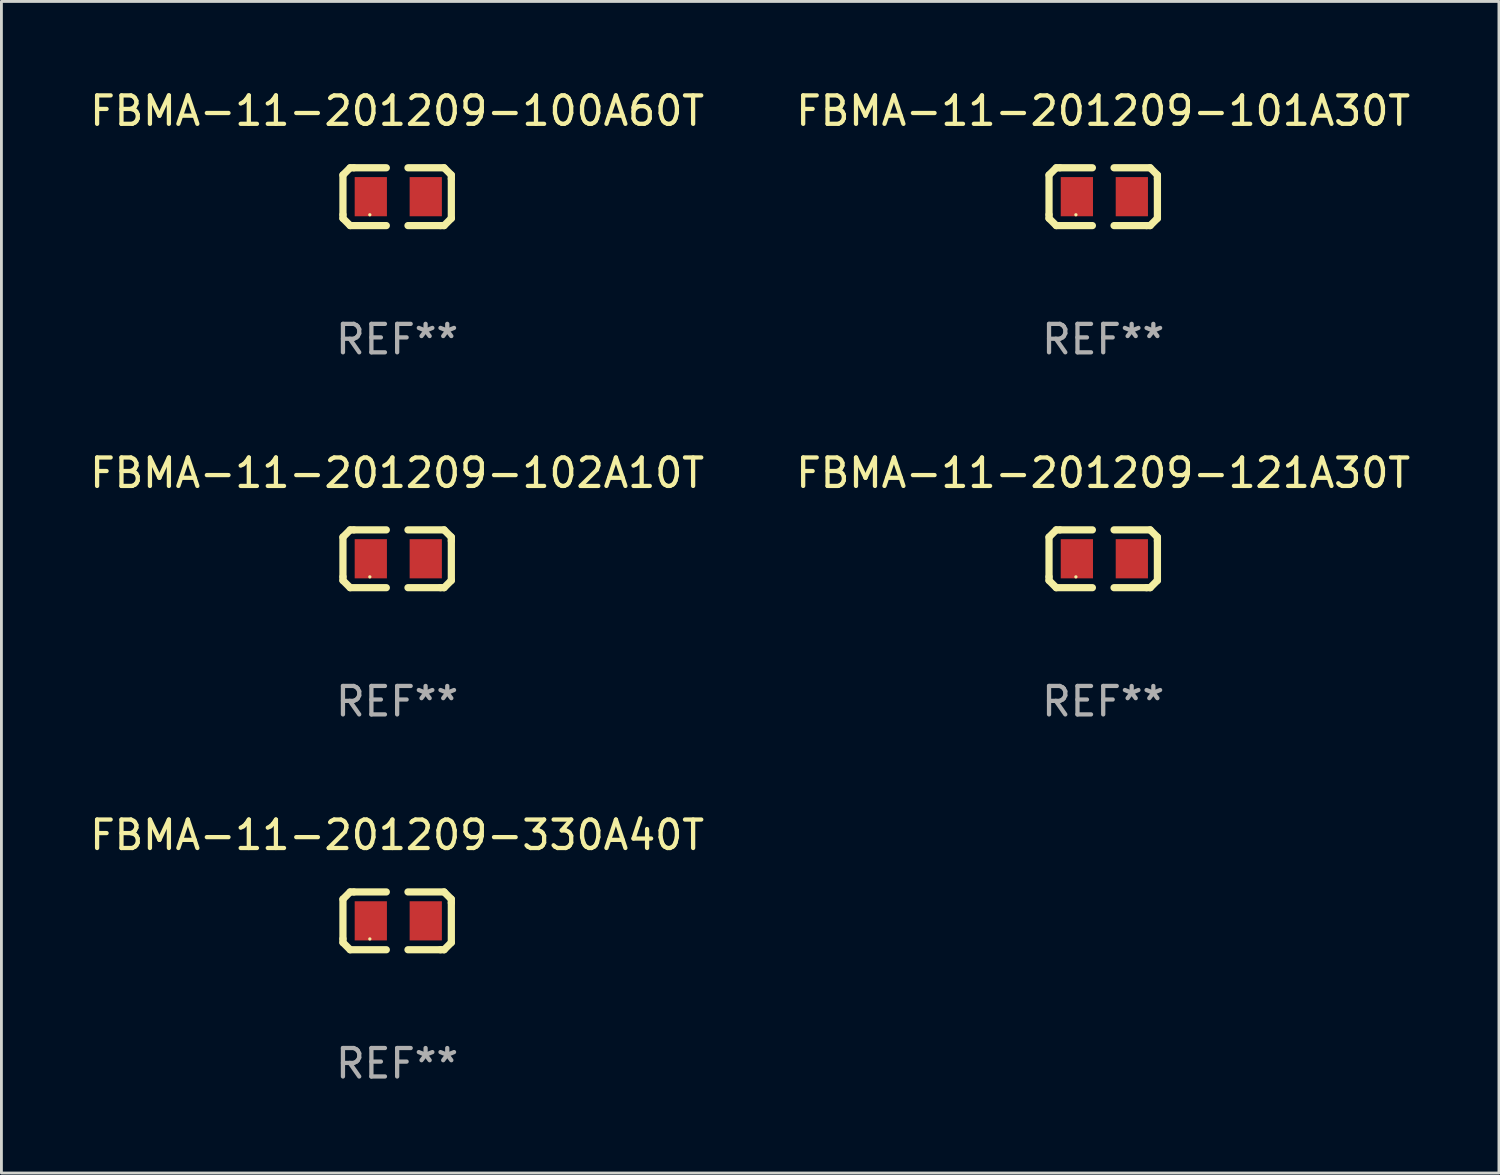
<source format=kicad_pcb>
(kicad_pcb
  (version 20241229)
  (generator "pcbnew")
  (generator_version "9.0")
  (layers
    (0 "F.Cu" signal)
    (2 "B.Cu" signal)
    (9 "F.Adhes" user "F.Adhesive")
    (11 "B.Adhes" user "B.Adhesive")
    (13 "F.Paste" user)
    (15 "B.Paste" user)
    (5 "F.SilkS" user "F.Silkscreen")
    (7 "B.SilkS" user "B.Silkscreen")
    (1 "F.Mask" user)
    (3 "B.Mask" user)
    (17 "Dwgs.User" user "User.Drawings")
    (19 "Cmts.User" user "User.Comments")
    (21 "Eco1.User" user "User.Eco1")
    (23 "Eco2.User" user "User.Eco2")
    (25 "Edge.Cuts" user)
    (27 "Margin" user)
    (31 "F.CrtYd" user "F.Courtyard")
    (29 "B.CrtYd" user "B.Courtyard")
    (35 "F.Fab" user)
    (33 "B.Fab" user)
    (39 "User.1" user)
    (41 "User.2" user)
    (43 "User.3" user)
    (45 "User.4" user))
  (footprint "FBMA-11-201209-102A10T"
    (layer "F.Cu")
    (at 10.911 16.593)
    (property "Reference" "FBMA-11-201209-102A10T" (at 0 -3.016 0) (layer "F.SilkS") (effects (font (size 1 1) (thickness 0.15))))
    (attr through_hole)
    (fp_line (start -1.905 -0.762) (end -1.905 0.635) (stroke (width 0.254) (type solid)) (layer "F.SilkS"))
    (fp_line (start -1.905 0.635) (end -1.905 0.762) (stroke (width 0.254) (type solid)) (layer "F.SilkS"))
    (fp_line (start -1.905 0.762) (end -1.651 1.016) (stroke (width 0.254) (type solid)) (layer "F.SilkS"))
    (fp_line (start -1.651 -1.016) (end -1.905 -0.762) (stroke (width 0.254) (type solid)) (layer "F.SilkS"))
    (fp_line (start -1.651 1.016) (end -0.381 1.016) (stroke (width 0.254) (type solid)) (layer "F.SilkS"))
    (fp_line (start -1.524 -1.016) (end -1.651 -1.016) (stroke (width 0.254) (type solid)) (layer "F.SilkS"))
    (fp_line (start -0.381 -1.016) (end -1.524 -1.016) (stroke (width 0.254) (type solid)) (layer "F.SilkS"))
    (fp_line (start 0.381 1.016) (end 1.524 1.016) (stroke (width 0.254) (type solid)) (layer "F.SilkS"))
    (fp_line (start 1.524 1.016) (end 1.651 1.016) (stroke (width 0.254) (type solid)) (layer "F.SilkS"))
    (fp_line (start 1.651 -1.016) (end 0.381 -1.016) (stroke (width 0.254) (type solid)) (layer "F.SilkS"))
    (fp_line (start 1.651 1.016) (end 1.905 0.762) (stroke (width 0.254) (type solid)) (layer "F.SilkS"))
    (fp_line (start 1.905 -0.762) (end 1.651 -1.016) (stroke (width 0.254) (type solid)) (layer "F.SilkS"))
    (fp_line (start 1.905 -0.635) (end 1.905 -0.762) (stroke (width 0.254) (type solid)) (layer "F.SilkS"))
    (fp_line (start 1.905 0.762) (end 1.905 -0.635) (stroke (width 0.254) (type solid)) (layer "F.SilkS"))
    (fp_circle (center -0.96 0.637) (end -0.93 0.637) (stroke (width 0.06) (type solid)) (fill no) (layer "F.SilkS"))
    (fp_text user "REF**" (at 0 5.016 0) (layer "F.Fab") (effects (font (size 1 1) (thickness 0.15))))
    (pad "1" smd rect (at -0.926 -0.000051) (size 1.133 1.377) (layers "F.Cu" "F.Mask" "F.Paste"))
    (pad "2" smd rect (at 1.006 -0.000051) (size 1.133 1.377) (layers "F.Cu" "F.Mask" "F.Paste")))
  (footprint "FBMA-11-201209-100A60T"
    (layer "F.Cu")
    (at 10.911 3.864)
    (property "Reference" "FBMA-11-201209-100A60T" (at 0 -3.016 0) (layer "F.SilkS") (effects (font (size 1 1) (thickness 0.15))))
    (attr through_hole)
    (fp_line (start -1.905 -0.762) (end -1.905 0.635) (stroke (width 0.254) (type solid)) (layer "F.SilkS"))
    (fp_line (start -1.905 0.635) (end -1.905 0.762) (stroke (width 0.254) (type solid)) (layer "F.SilkS"))
    (fp_line (start -1.905 0.762) (end -1.651 1.016) (stroke (width 0.254) (type solid)) (layer "F.SilkS"))
    (fp_line (start -1.651 -1.016) (end -1.905 -0.762) (stroke (width 0.254) (type solid)) (layer "F.SilkS"))
    (fp_line (start -1.651 1.016) (end -0.381 1.016) (stroke (width 0.254) (type solid)) (layer "F.SilkS"))
    (fp_line (start -1.524 -1.016) (end -1.651 -1.016) (stroke (width 0.254) (type solid)) (layer "F.SilkS"))
    (fp_line (start -0.381 -1.016) (end -1.524 -1.016) (stroke (width 0.254) (type solid)) (layer "F.SilkS"))
    (fp_line (start 0.381 1.016) (end 1.524 1.016) (stroke (width 0.254) (type solid)) (layer "F.SilkS"))
    (fp_line (start 1.524 1.016) (end 1.651 1.016) (stroke (width 0.254) (type solid)) (layer "F.SilkS"))
    (fp_line (start 1.651 -1.016) (end 0.381 -1.016) (stroke (width 0.254) (type solid)) (layer "F.SilkS"))
    (fp_line (start 1.651 1.016) (end 1.905 0.762) (stroke (width 0.254) (type solid)) (layer "F.SilkS"))
    (fp_line (start 1.905 -0.762) (end 1.651 -1.016) (stroke (width 0.254) (type solid)) (layer "F.SilkS"))
    (fp_line (start 1.905 -0.635) (end 1.905 -0.762) (stroke (width 0.254) (type solid)) (layer "F.SilkS"))
    (fp_line (start 1.905 0.762) (end 1.905 -0.635) (stroke (width 0.254) (type solid)) (layer "F.SilkS"))
    (fp_circle (center -0.96 0.637) (end -0.93 0.637) (stroke (width 0.06) (type solid)) (fill no) (layer "F.SilkS"))
    (fp_text user "REF**" (at 0 5.016 0) (layer "F.Fab") (effects (font (size 1 1) (thickness 0.15))))
    (pad "1" smd rect (at -0.926 -0.000051) (size 1.133 1.377) (layers "F.Cu" "F.Mask" "F.Paste"))
    (pad "2" smd rect (at 1.006 -0.000051) (size 1.133 1.377) (layers "F.Cu" "F.Mask" "F.Paste")))
  (footprint "FBMA-11-201209-101A30T"
    (layer "F.Cu")
    (at 35.732 3.864)
    (property "Reference" "FBMA-11-201209-101A30T" (at 0 -3.016 0) (layer "F.SilkS") (effects (font (size 1 1) (thickness 0.15))))
    (attr through_hole)
    (fp_line (start -1.905 -0.762) (end -1.905 0.635) (stroke (width 0.254) (type solid)) (layer "F.SilkS"))
    (fp_line (start -1.905 0.635) (end -1.905 0.762) (stroke (width 0.254) (type solid)) (layer "F.SilkS"))
    (fp_line (start -1.905 0.762) (end -1.651 1.016) (stroke (width 0.254) (type solid)) (layer "F.SilkS"))
    (fp_line (start -1.651 -1.016) (end -1.905 -0.762) (stroke (width 0.254) (type solid)) (layer "F.SilkS"))
    (fp_line (start -1.651 1.016) (end -0.381 1.016) (stroke (width 0.254) (type solid)) (layer "F.SilkS"))
    (fp_line (start -1.524 -1.016) (end -1.651 -1.016) (stroke (width 0.254) (type solid)) (layer "F.SilkS"))
    (fp_line (start -0.381 -1.016) (end -1.524 -1.016) (stroke (width 0.254) (type solid)) (layer "F.SilkS"))
    (fp_line (start 0.381 1.016) (end 1.524 1.016) (stroke (width 0.254) (type solid)) (layer "F.SilkS"))
    (fp_line (start 1.524 1.016) (end 1.651 1.016) (stroke (width 0.254) (type solid)) (layer "F.SilkS"))
    (fp_line (start 1.651 -1.016) (end 0.381 -1.016) (stroke (width 0.254) (type solid)) (layer "F.SilkS"))
    (fp_line (start 1.651 1.016) (end 1.905 0.762) (stroke (width 0.254) (type solid)) (layer "F.SilkS"))
    (fp_line (start 1.905 -0.762) (end 1.651 -1.016) (stroke (width 0.254) (type solid)) (layer "F.SilkS"))
    (fp_line (start 1.905 -0.635) (end 1.905 -0.762) (stroke (width 0.254) (type solid)) (layer "F.SilkS"))
    (fp_line (start 1.905 0.762) (end 1.905 -0.635) (stroke (width 0.254) (type solid)) (layer "F.SilkS"))
    (fp_circle (center -0.96 0.637) (end -0.93 0.637) (stroke (width 0.06) (type solid)) (fill no) (layer "F.SilkS"))
    (fp_text user "REF**" (at 0 5.016 0) (layer "F.Fab") (effects (font (size 1 1) (thickness 0.15))))
    (pad "1" smd rect (at -0.926 -0.000051) (size 1.133 1.377) (layers "F.Cu" "F.Mask" "F.Paste"))
    (pad "2" smd rect (at 1.006 -0.000051) (size 1.133 1.377) (layers "F.Cu" "F.Mask" "F.Paste")))
  (footprint "FBMA-11-201209-121A30T"
    (layer "F.Cu")
    (at 35.732 16.593)
    (property "Reference" "FBMA-11-201209-121A30T" (at 0 -3.016 0) (layer "F.SilkS") (effects (font (size 1 1) (thickness 0.15))))
    (attr through_hole)
    (fp_line (start -1.905 -0.762) (end -1.905 0.635) (stroke (width 0.254) (type solid)) (layer "F.SilkS"))
    (fp_line (start -1.905 0.635) (end -1.905 0.762) (stroke (width 0.254) (type solid)) (layer "F.SilkS"))
    (fp_line (start -1.905 0.762) (end -1.651 1.016) (stroke (width 0.254) (type solid)) (layer "F.SilkS"))
    (fp_line (start -1.651 -1.016) (end -1.905 -0.762) (stroke (width 0.254) (type solid)) (layer "F.SilkS"))
    (fp_line (start -1.651 1.016) (end -0.381 1.016) (stroke (width 0.254) (type solid)) (layer "F.SilkS"))
    (fp_line (start -1.524 -1.016) (end -1.651 -1.016) (stroke (width 0.254) (type solid)) (layer "F.SilkS"))
    (fp_line (start -0.381 -1.016) (end -1.524 -1.016) (stroke (width 0.254) (type solid)) (layer "F.SilkS"))
    (fp_line (start 0.381 1.016) (end 1.524 1.016) (stroke (width 0.254) (type solid)) (layer "F.SilkS"))
    (fp_line (start 1.524 1.016) (end 1.651 1.016) (stroke (width 0.254) (type solid)) (layer "F.SilkS"))
    (fp_line (start 1.651 -1.016) (end 0.381 -1.016) (stroke (width 0.254) (type solid)) (layer "F.SilkS"))
    (fp_line (start 1.651 1.016) (end 1.905 0.762) (stroke (width 0.254) (type solid)) (layer "F.SilkS"))
    (fp_line (start 1.905 -0.762) (end 1.651 -1.016) (stroke (width 0.254) (type solid)) (layer "F.SilkS"))
    (fp_line (start 1.905 -0.635) (end 1.905 -0.762) (stroke (width 0.254) (type solid)) (layer "F.SilkS"))
    (fp_line (start 1.905 0.762) (end 1.905 -0.635) (stroke (width 0.254) (type solid)) (layer "F.SilkS"))
    (fp_circle (center -0.96 0.637) (end -0.93 0.637) (stroke (width 0.06) (type solid)) (fill no) (layer "F.SilkS"))
    (fp_text user "REF**" (at 0 5.016 0) (layer "F.Fab") (effects (font (size 1 1) (thickness 0.15))))
    (pad "1" smd rect (at -0.926 -0.000051) (size 1.133 1.377) (layers "F.Cu" "F.Mask" "F.Paste"))
    (pad "2" smd rect (at 1.006 -0.000051) (size 1.133 1.377) (layers "F.Cu" "F.Mask" "F.Paste")))
  (footprint "FBMA-11-201209-330A40T"
    (layer "F.Cu")
    (at 10.911 29.321)
    (property "Reference" "FBMA-11-201209-330A40T" (at 0 -3.016 0) (layer "F.SilkS") (effects (font (size 1 1) (thickness 0.15))))
    (attr through_hole)
    (fp_line (start -1.905 -0.762) (end -1.905 0.635) (stroke (width 0.254) (type solid)) (layer "F.SilkS"))
    (fp_line (start -1.905 0.635) (end -1.905 0.762) (stroke (width 0.254) (type solid)) (layer "F.SilkS"))
    (fp_line (start -1.905 0.762) (end -1.651 1.016) (stroke (width 0.254) (type solid)) (layer "F.SilkS"))
    (fp_line (start -1.651 -1.016) (end -1.905 -0.762) (stroke (width 0.254) (type solid)) (layer "F.SilkS"))
    (fp_line (start -1.651 1.016) (end -0.381 1.016) (stroke (width 0.254) (type solid)) (layer "F.SilkS"))
    (fp_line (start -1.524 -1.016) (end -1.651 -1.016) (stroke (width 0.254) (type solid)) (layer "F.SilkS"))
    (fp_line (start -0.381 -1.016) (end -1.524 -1.016) (stroke (width 0.254) (type solid)) (layer "F.SilkS"))
    (fp_line (start 0.381 1.016) (end 1.524 1.016) (stroke (width 0.254) (type solid)) (layer "F.SilkS"))
    (fp_line (start 1.524 1.016) (end 1.651 1.016) (stroke (width 0.254) (type solid)) (layer "F.SilkS"))
    (fp_line (start 1.651 -1.016) (end 0.381 -1.016) (stroke (width 0.254) (type solid)) (layer "F.SilkS"))
    (fp_line (start 1.651 1.016) (end 1.905 0.762) (stroke (width 0.254) (type solid)) (layer "F.SilkS"))
    (fp_line (start 1.905 -0.762) (end 1.651 -1.016) (stroke (width 0.254) (type solid)) (layer "F.SilkS"))
    (fp_line (start 1.905 -0.635) (end 1.905 -0.762) (stroke (width 0.254) (type solid)) (layer "F.SilkS"))
    (fp_line (start 1.905 0.762) (end 1.905 -0.635) (stroke (width 0.254) (type solid)) (layer "F.SilkS"))
    (fp_circle (center -0.96 0.637) (end -0.93 0.637) (stroke (width 0.06) (type solid)) (fill no) (layer "F.SilkS"))
    (fp_text user "REF**" (at 0 5.016 0) (layer "F.Fab") (effects (font (size 1 1) (thickness 0.15))))
    (pad "1" smd rect (at -0.926 -0.000051) (size 1.133 1.377) (layers "F.Cu" "F.Mask" "F.Paste"))
    (pad "2" smd rect (at 1.006 -0.000051) (size 1.133 1.377) (layers "F.Cu" "F.Mask" "F.Paste")))
  (gr_rect
    (start -3 -3)
    (end 49.643 38.186)
    (stroke (width 0.1) (type default))
    (fill no)
    (layer "Edge.Cuts")))
</source>
